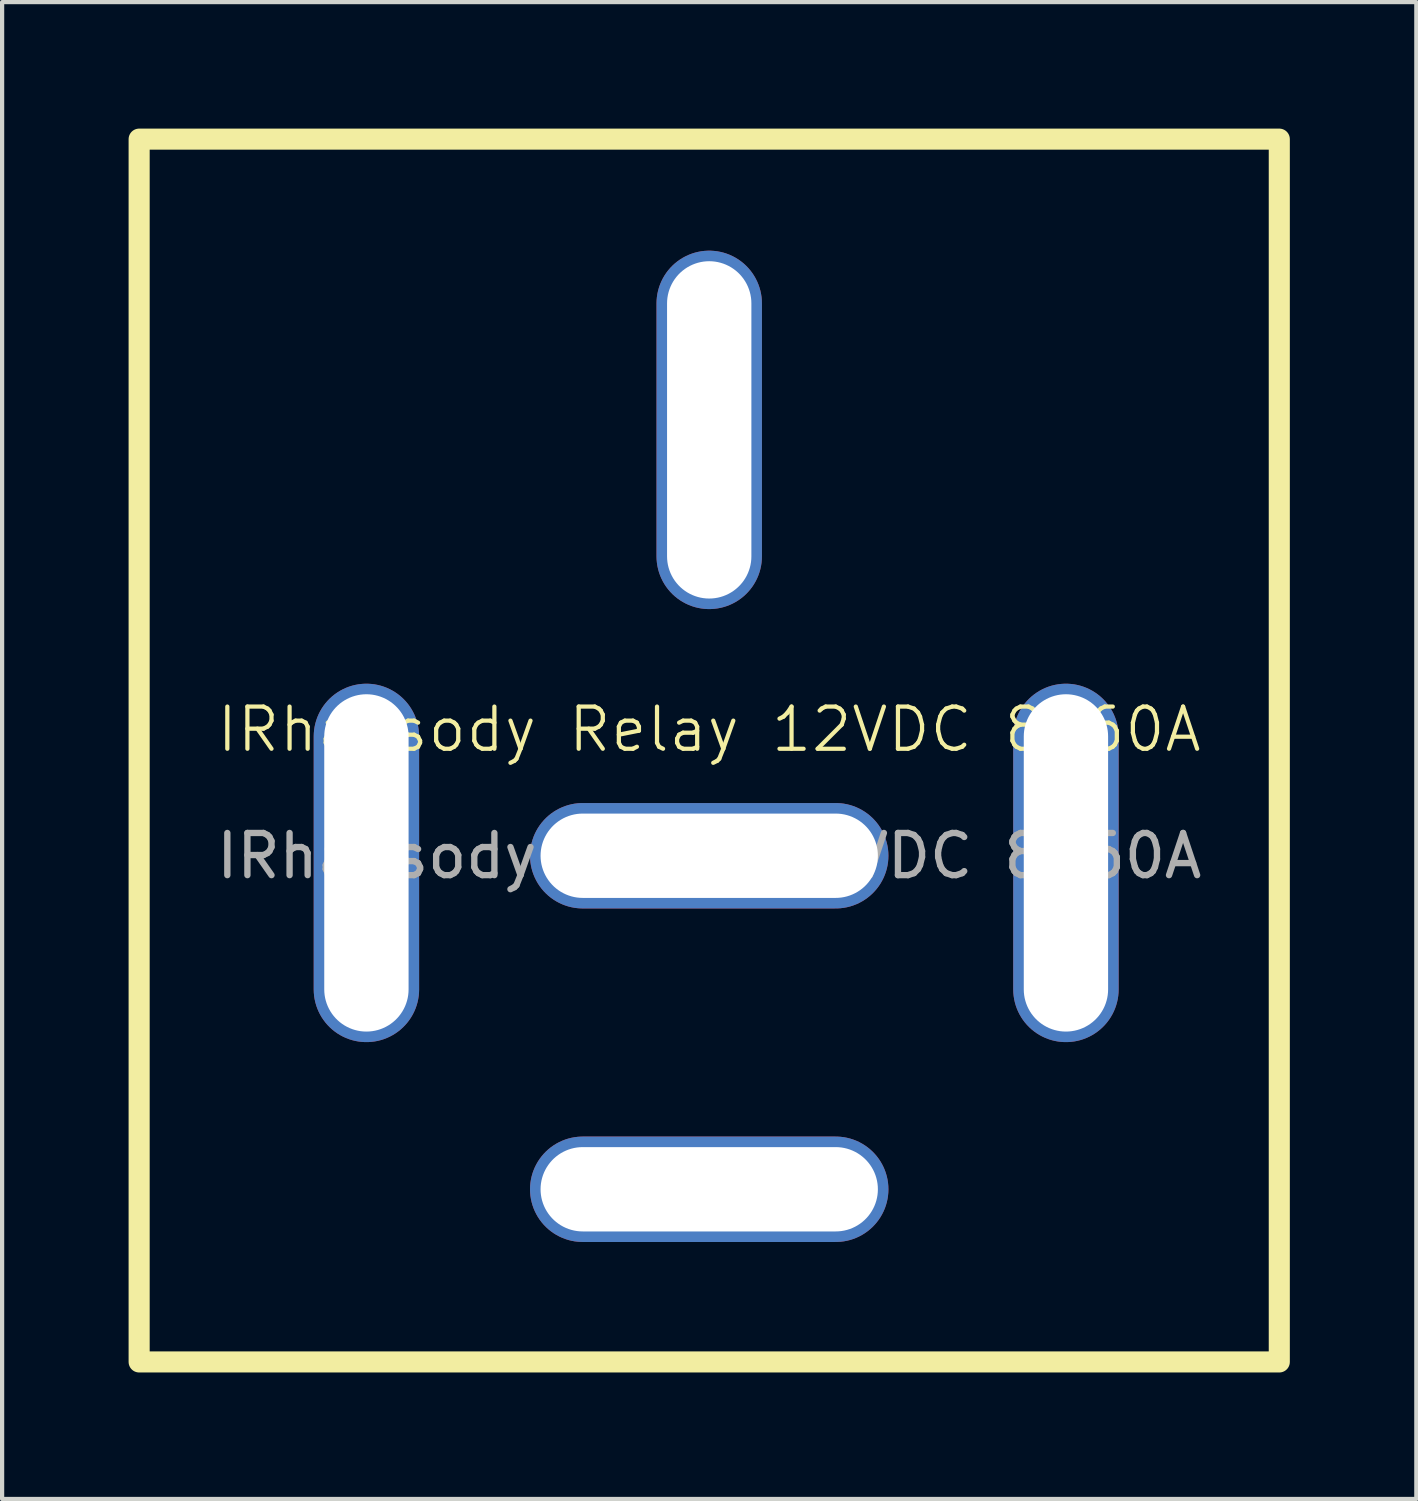
<source format=kicad_pcb>
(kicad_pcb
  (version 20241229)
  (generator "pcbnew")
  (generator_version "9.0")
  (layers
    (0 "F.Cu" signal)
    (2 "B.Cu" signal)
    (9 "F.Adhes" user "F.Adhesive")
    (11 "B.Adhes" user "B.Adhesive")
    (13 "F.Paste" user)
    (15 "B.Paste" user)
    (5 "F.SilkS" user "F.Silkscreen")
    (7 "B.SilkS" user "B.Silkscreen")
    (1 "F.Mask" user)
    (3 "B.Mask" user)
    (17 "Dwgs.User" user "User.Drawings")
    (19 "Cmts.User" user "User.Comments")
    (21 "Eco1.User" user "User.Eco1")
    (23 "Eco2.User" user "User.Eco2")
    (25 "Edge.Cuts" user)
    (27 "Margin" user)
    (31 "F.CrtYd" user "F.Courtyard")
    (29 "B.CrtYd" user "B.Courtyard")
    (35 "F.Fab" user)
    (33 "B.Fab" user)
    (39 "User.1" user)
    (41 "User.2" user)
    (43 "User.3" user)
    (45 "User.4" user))
  (footprint "IRhapsody Relay 12VDC 8060A"
    (layer "F.Cu")
    (at 13.77 14.75)
    (property "Reference" "IRhapsody Relay 12VDC 8060A" (at 0 -0.5 0) (unlocked yes) (layer "F.SilkS") (effects (font (size 1 1) (thickness 0.1))))
    (attr through_hole)
    (fp_rect (start -13.52 -14.5) (end 13.52 14.5) (stroke (width 0.5) (type solid)) (fill no) (layer "F.SilkS"))
    (fp_text user "${REFERENCE}" (at 0 2.5 0) (unlocked yes) (layer "F.Fab") (effects (font (size 1 1) (thickness 0.15))))
    (pad "1" thru_hole oval (at 0 -7.605) (size 2.5 8.5) (drill oval 2 8) (layers "*.Cu" "*.Mask"))
    (pad "2" thru_hole oval (at 0 2.495 90) (size 2.5 8.5) (drill oval 2 8) (layers "*.Cu" "*.Mask"))
    (pad "3" thru_hole oval (at 8.46 2.665 180) (size 2.5 8.5) (drill oval 2 8) (layers "*.Cu" "*.Mask"))
    (pad "4" thru_hole oval (at 0 10.405 90) (size 2.5 8.5) (drill oval 2 8) (layers "*.Cu" "*.Mask"))
    (pad "5" thru_hole oval (at -8.13 2.665 180) (size 2.5 8.5) (drill oval 2 8) (layers "*.Cu" "*.Mask")))
  (gr_rect
    (start -3 -3)
    (end 30.54 32.5)
    (stroke (width 0.1) (type default))
    (fill no)
    (layer "Edge.Cuts")))
</source>
